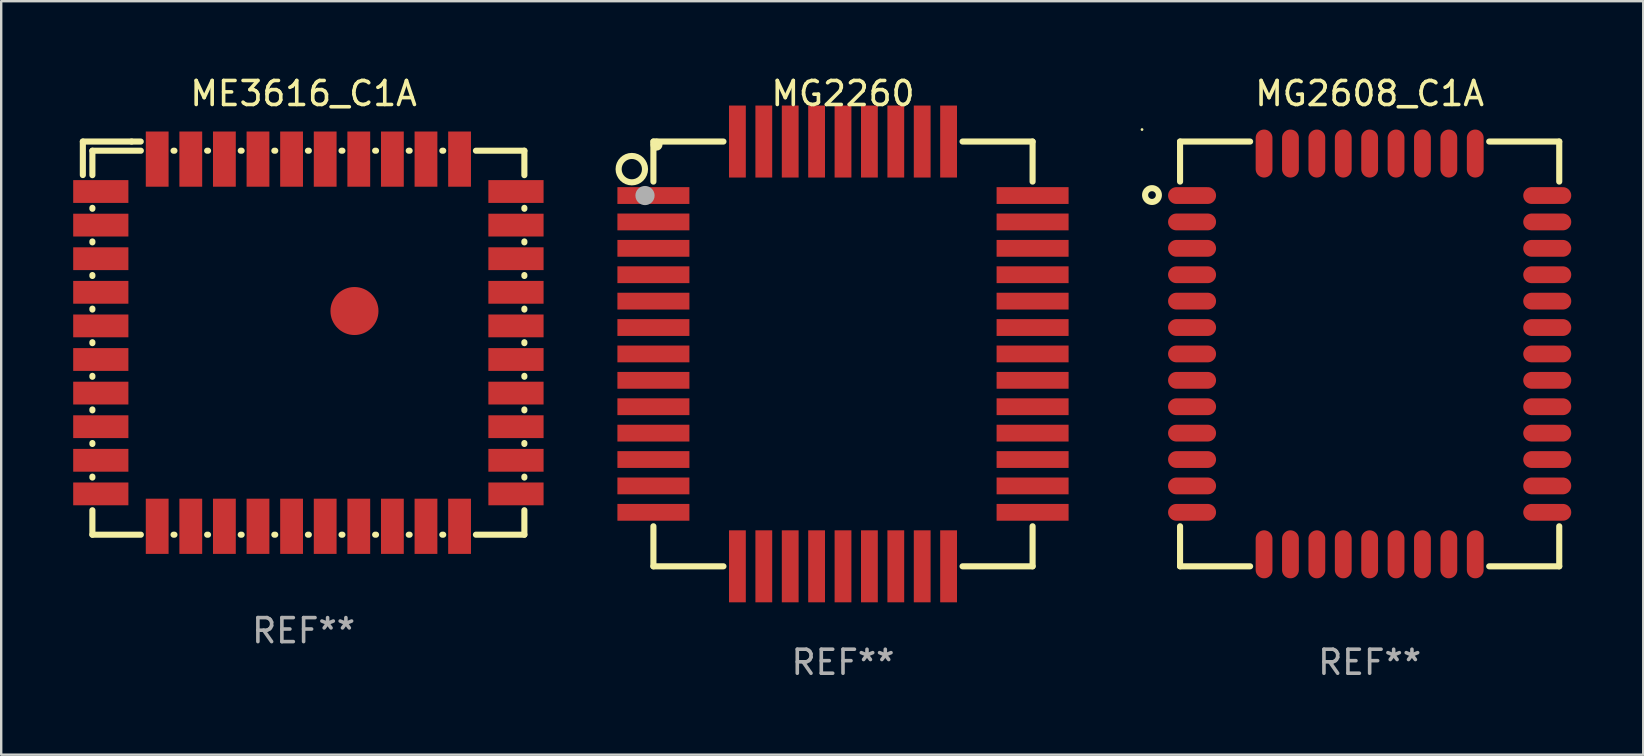
<source format=kicad_pcb>
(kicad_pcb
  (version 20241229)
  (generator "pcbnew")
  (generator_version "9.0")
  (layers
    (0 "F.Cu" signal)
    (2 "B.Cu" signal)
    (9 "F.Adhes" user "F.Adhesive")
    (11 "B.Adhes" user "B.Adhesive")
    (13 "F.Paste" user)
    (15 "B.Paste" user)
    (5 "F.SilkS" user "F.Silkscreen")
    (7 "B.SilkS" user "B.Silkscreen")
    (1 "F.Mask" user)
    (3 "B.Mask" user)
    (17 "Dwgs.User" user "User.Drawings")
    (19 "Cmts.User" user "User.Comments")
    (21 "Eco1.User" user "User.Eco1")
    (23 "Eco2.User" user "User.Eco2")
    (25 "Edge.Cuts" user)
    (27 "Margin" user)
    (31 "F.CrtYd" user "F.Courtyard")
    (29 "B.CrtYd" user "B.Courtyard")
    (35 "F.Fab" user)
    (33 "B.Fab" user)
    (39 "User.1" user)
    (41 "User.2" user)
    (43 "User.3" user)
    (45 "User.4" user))
  (footprint "MG2608_C1A"
    (layer "F.Cu")
    (at 54.022 11.698)
    (property "Reference" "MG2608_C1A" (at 0 -10.85 0) (layer "F.SilkS") (effects (font (size 1 1) (thickness 0.15))))
    (attr through_hole)
    (fp_line (start -7.9 -8.85) (end -7.9 -7.181) (stroke (width 0.254) (type solid)) (layer "F.SilkS"))
    (fp_line (start -7.9 -8.85) (end -4.981 -8.85) (stroke (width 0.254) (type solid)) (layer "F.SilkS"))
    (fp_line (start -7.9 7.181) (end -7.9 8.85) (stroke (width 0.254) (type solid)) (layer "F.SilkS"))
    (fp_line (start -7.9 8.85) (end -4.981 8.85) (stroke (width 0.254) (type solid)) (layer "F.SilkS"))
    (fp_line (start 4.981 8.85) (end 7.9 8.85) (stroke (width 0.254) (type solid)) (layer "F.SilkS"))
    (fp_line (start 4.981 -8.85) (end 7.9 -8.85) (stroke (width 0.254) (type solid)) (layer "F.SilkS"))
    (fp_line (start 7.9 -8.85) (end 7.9 -7.181) (stroke (width 0.254) (type solid)) (layer "F.SilkS"))
    (fp_line (start 7.9 7.181) (end 7.9 8.85) (stroke (width 0.254) (type solid)) (layer "F.SilkS"))
    (fp_circle (center -9.485 -9.35) (end -9.455 -9.35) (stroke (width 0.06) (type solid)) (fill no) (layer "F.SilkS"))
    (fp_circle (center -9.07 -6.62) (end -8.782 -6.62) (stroke (width 0.254) (type solid)) (fill no) (layer "F.SilkS"))
    (fp_text user "REF**" (at 0 12.85 0) (layer "F.Fab") (effects (font (size 1 1) (thickness 0.15))))
    (pad "1" smd oval (at -7.4 -6.6 90) (size 0.7 2) (layers "F.Cu" "F.Mask" "F.Paste"))
    (pad "2" smd oval (at -7.4 -5.5 90) (size 0.7 2) (layers "F.Cu" "F.Mask" "F.Paste"))
    (pad "3" smd oval (at -7.4 -4.4 90) (size 0.7 2) (layers "F.Cu" "F.Mask" "F.Paste"))
    (pad "4" smd oval (at -7.4 -3.3 90) (size 0.7 2) (layers "F.Cu" "F.Mask" "F.Paste"))
    (pad "5" smd oval (at -7.4 -2.2 90) (size 0.7 2) (layers "F.Cu" "F.Mask" "F.Paste"))
    (pad "6" smd oval (at -7.4 -1.1 90) (size 0.7 2) (layers "F.Cu" "F.Mask" "F.Paste"))
    (pad "7" smd oval (at -7.4 -0.000089 90) (size 0.7 2) (layers "F.Cu" "F.Mask" "F.Paste"))
    (pad "8" smd oval (at -7.4 1.1 90) (size 0.7 2) (layers "F.Cu" "F.Mask" "F.Paste"))
    (pad "9" smd oval (at -7.4 2.2 90) (size 0.7 2) (layers "F.Cu" "F.Mask" "F.Paste"))
    (pad "10" smd oval (at -7.4 3.3 90) (size 0.7 2) (layers "F.Cu" "F.Mask" "F.Paste"))
    (pad "11" smd oval (at -7.4 4.4 90) (size 0.7 2) (layers "F.Cu" "F.Mask" "F.Paste"))
    (pad "12" smd oval (at -7.4 5.5 90) (size 0.7 2) (layers "F.Cu" "F.Mask" "F.Paste"))
    (pad "13" smd oval (at -7.4 6.6 90) (size 0.7 2) (layers "F.Cu" "F.Mask" "F.Paste"))
    (pad "14" smd oval (at -4.4 8.35) (size 0.7 2) (layers "F.Cu" "F.Mask" "F.Paste"))
    (pad "15" smd oval (at -3.3 8.35) (size 0.7 2) (layers "F.Cu" "F.Mask" "F.Paste"))
    (pad "16" smd oval (at -2.2 8.35) (size 0.7 2) (layers "F.Cu" "F.Mask" "F.Paste"))
    (pad "17" smd oval (at -1.1 8.35) (size 0.7 2) (layers "F.Cu" "F.Mask" "F.Paste"))
    (pad "18" smd oval (at 0.000114 8.35) (size 0.7 2) (layers "F.Cu" "F.Mask" "F.Paste"))
    (pad "19" smd oval (at 1.1 8.35) (size 0.7 2) (layers "F.Cu" "F.Mask" "F.Paste"))
    (pad "20" smd oval (at 2.2 8.35) (size 0.7 2) (layers "F.Cu" "F.Mask" "F.Paste"))
    (pad "21" smd oval (at 3.3 8.35) (size 0.7 2) (layers "F.Cu" "F.Mask" "F.Paste"))
    (pad "22" smd oval (at 4.4 8.35) (size 0.7 2) (layers "F.Cu" "F.Mask" "F.Paste"))
    (pad "23" smd oval (at 7.4 6.6 90) (size 0.7 2) (layers "F.Cu" "F.Mask" "F.Paste"))
    (pad "24" smd oval (at 7.4 5.5 90) (size 0.7 2) (layers "F.Cu" "F.Mask" "F.Paste"))
    (pad "25" smd oval (at 7.4 4.4 90) (size 0.7 2) (layers "F.Cu" "F.Mask" "F.Paste"))
    (pad "26" smd oval (at 7.4 3.3 90) (size 0.7 2) (layers "F.Cu" "F.Mask" "F.Paste"))
    (pad "27" smd oval (at 7.4 2.2 90) (size 0.7 2) (layers "F.Cu" "F.Mask" "F.Paste"))
    (pad "28" smd oval (at 7.4 1.1 90) (size 0.7 2) (layers "F.Cu" "F.Mask" "F.Paste"))
    (pad "29" smd oval (at 7.4 -0.000089 90) (size 0.7 2) (layers "F.Cu" "F.Mask" "F.Paste"))
    (pad "30" smd oval (at 7.4 -1.1 90) (size 0.7 2) (layers "F.Cu" "F.Mask" "F.Paste"))
    (pad "31" smd oval (at 7.4 -2.2 90) (size 0.7 2) (layers "F.Cu" "F.Mask" "F.Paste"))
    (pad "32" smd oval (at 7.4 -3.3 90) (size 0.7 2) (layers "F.Cu" "F.Mask" "F.Paste"))
    (pad "33" smd oval (at 7.4 -4.4 90) (size 0.7 2) (layers "F.Cu" "F.Mask" "F.Paste"))
    (pad "34" smd oval (at 7.4 -5.5 90) (size 0.7 2) (layers "F.Cu" "F.Mask" "F.Paste"))
    (pad "35" smd oval (at 7.4 -6.6 90) (size 0.7 2) (layers "F.Cu" "F.Mask" "F.Paste"))
    (pad "36" smd oval (at 4.4 -8.35) (size 0.7 2) (layers "F.Cu" "F.Mask" "F.Paste"))
    (pad "37" smd oval (at 3.3 -8.35) (size 0.7 2) (layers "F.Cu" "F.Mask" "F.Paste"))
    (pad "38" smd oval (at 2.2 -8.35) (size 0.7 2) (layers "F.Cu" "F.Mask" "F.Paste"))
    (pad "39" smd oval (at 1.1 -8.35) (size 0.7 2) (layers "F.Cu" "F.Mask" "F.Paste"))
    (pad "40" smd oval (at 0.000114 -8.35) (size 0.7 2) (layers "F.Cu" "F.Mask" "F.Paste"))
    (pad "41" smd oval (at -1.1 -8.35) (size 0.7 2) (layers "F.Cu" "F.Mask" "F.Paste"))
    (pad "42" smd oval (at -2.2 -8.35) (size 0.7 2) (layers "F.Cu" "F.Mask" "F.Paste"))
    (pad "43" smd oval (at -3.3 -8.35) (size 0.7 2) (layers "F.Cu" "F.Mask" "F.Paste"))
    (pad "44" smd oval (at -4.4 -8.35) (size 0.7 2) (layers "F.Cu" "F.Mask" "F.Paste")))
  (footprint "MG2260"
    (layer "F.Cu")
    (at 32.077 11.698)
    (property "Reference" "MG2260" (at 0 -10.85 0) (layer "F.SilkS") (effects (font (size 1 1) (thickness 0.15))))
    (attr through_hole)
    (fp_line (start -7.9 -8.85) (end -7.9 -7.181) (stroke (width 0.254) (type solid)) (layer "F.SilkS"))
    (fp_line (start -7.9 -8.85) (end -4.981 -8.85) (stroke (width 0.254) (type solid)) (layer "F.SilkS"))
    (fp_line (start -7.9 7.181) (end -7.9 8.85) (stroke (width 0.254) (type solid)) (layer "F.SilkS"))
    (fp_line (start -7.9 8.85) (end -4.981 8.85) (stroke (width 0.254) (type solid)) (layer "F.SilkS"))
    (fp_line (start 4.981 -8.85) (end 7.9 -8.85) (stroke (width 0.254) (type solid)) (layer "F.SilkS"))
    (fp_line (start 4.981 8.85) (end 7.9 8.85) (stroke (width 0.254) (type solid)) (layer "F.SilkS"))
    (fp_line (start 7.9 -8.85) (end 7.9 -7.181) (stroke (width 0.254) (type solid)) (layer "F.SilkS"))
    (fp_line (start 7.9 7.181) (end 7.9 8.85) (stroke (width 0.254) (type solid)) (layer "F.SilkS"))
    (fp_circle (center -8.8 -7.7) (end -8.25 -7.7) (stroke (width 0.254) (type solid)) (fill no) (layer "F.SilkS"))
    (fp_circle (center -7.773 -8.723) (end -7.646 -8.723) (stroke (width 0.254) (type solid)) (fill no) (layer "F.SilkS"))
    (fp_circle (center -8.25 -6.6) (end -8.05 -6.6) (stroke (width 0.4) (type solid)) (fill no) (layer "F.Fab"))
    (fp_text user "REF**" (at 0 12.85 0) (layer "F.Fab") (effects (font (size 1 1) (thickness 0.15))))
    (pad "1" smd rect (at -7.9 -6.6 90) (size 0.7 3) (layers "F.Cu" "F.Mask" "F.Paste"))
    (pad "2" smd rect (at -7.9 -5.5 90) (size 0.7 3) (layers "F.Cu" "F.Mask" "F.Paste"))
    (pad "3" smd rect (at -7.9 -4.4 90) (size 0.7 3) (layers "F.Cu" "F.Mask" "F.Paste"))
    (pad "4" smd rect (at -7.9 -3.3 90) (size 0.7 3) (layers "F.Cu" "F.Mask" "F.Paste"))
    (pad "5" smd rect (at -7.9 -2.2 90) (size 0.7 3) (layers "F.Cu" "F.Mask" "F.Paste"))
    (pad "6" smd rect (at -7.9 -1.1 90) (size 0.7 3) (layers "F.Cu" "F.Mask" "F.Paste"))
    (pad "7" smd rect (at -7.9 -0.000064 90) (size 0.7 3) (layers "F.Cu" "F.Mask" "F.Paste"))
    (pad "8" smd rect (at -7.9 1.1 90) (size 0.7 3) (layers "F.Cu" "F.Mask" "F.Paste"))
    (pad "9" smd rect (at -7.9 2.2 90) (size 0.7 3) (layers "F.Cu" "F.Mask" "F.Paste"))
    (pad "10" smd rect (at -7.9 3.3 90) (size 0.7 3) (layers "F.Cu" "F.Mask" "F.Paste"))
    (pad "11" smd rect (at -7.9 4.4 90) (size 0.7 3) (layers "F.Cu" "F.Mask" "F.Paste"))
    (pad "12" smd rect (at -7.9 5.5 90) (size 0.7 3) (layers "F.Cu" "F.Mask" "F.Paste"))
    (pad "13" smd rect (at -7.9 6.6 90) (size 0.7 3) (layers "F.Cu" "F.Mask" "F.Paste"))
    (pad "14" smd rect (at -4.4 8.85 180) (size 0.7 3) (layers "F.Cu" "F.Mask" "F.Paste"))
    (pad "15" smd rect (at -3.3 8.85 180) (size 0.7 3) (layers "F.Cu" "F.Mask" "F.Paste"))
    (pad "16" smd rect (at -2.2 8.85 180) (size 0.7 3) (layers "F.Cu" "F.Mask" "F.Paste"))
    (pad "17" smd rect (at -1.1 8.85 180) (size 0.7 3) (layers "F.Cu" "F.Mask" "F.Paste"))
    (pad "18" smd rect (at 0 8.85 180) (size 0.7 3) (layers "F.Cu" "F.Mask" "F.Paste"))
    (pad "19" smd rect (at 1.1 8.85 180) (size 0.7 3) (layers "F.Cu" "F.Mask" "F.Paste"))
    (pad "20" smd rect (at 2.2 8.85 180) (size 0.7 3) (layers "F.Cu" "F.Mask" "F.Paste"))
    (pad "21" smd rect (at 3.3 8.85 180) (size 0.7 3) (layers "F.Cu" "F.Mask" "F.Paste"))
    (pad "22" smd rect (at 4.4 8.85 180) (size 0.7 3) (layers "F.Cu" "F.Mask" "F.Paste"))
    (pad "23" smd rect (at 7.9 6.6 270) (size 0.7 3) (layers "F.Cu" "F.Mask" "F.Paste"))
    (pad "24" smd rect (at 7.9 5.5 270) (size 0.7 3) (layers "F.Cu" "F.Mask" "F.Paste"))
    (pad "25" smd rect (at 7.9 4.4 270) (size 0.7 3) (layers "F.Cu" "F.Mask" "F.Paste"))
    (pad "26" smd rect (at 7.9 3.3 270) (size 0.7 3) (layers "F.Cu" "F.Mask" "F.Paste"))
    (pad "27" smd rect (at 7.9 2.2 270) (size 0.7 3) (layers "F.Cu" "F.Mask" "F.Paste"))
    (pad "28" smd rect (at 7.9 1.1 270) (size 0.7 3) (layers "F.Cu" "F.Mask" "F.Paste"))
    (pad "29" smd rect (at 7.9 -0.000064 270) (size 0.7 3) (layers "F.Cu" "F.Mask" "F.Paste"))
    (pad "30" smd rect (at 7.9 -1.1 270) (size 0.7 3) (layers "F.Cu" "F.Mask" "F.Paste"))
    (pad "31" smd rect (at 7.9 -2.2 270) (size 0.7 3) (layers "F.Cu" "F.Mask" "F.Paste"))
    (pad "32" smd rect (at 7.9 -3.3 270) (size 0.7 3) (layers "F.Cu" "F.Mask" "F.Paste"))
    (pad "33" smd rect (at 7.9 -4.4 270) (size 0.7 3) (layers "F.Cu" "F.Mask" "F.Paste"))
    (pad "34" smd rect (at 7.9 -5.5 270) (size 0.7 3) (layers "F.Cu" "F.Mask" "F.Paste"))
    (pad "35" smd rect (at 7.9 -6.6 270) (size 0.7 3) (layers "F.Cu" "F.Mask" "F.Paste"))
    (pad "36" smd rect (at 4.4 -8.85) (size 0.7 3) (layers "F.Cu" "F.Mask" "F.Paste"))
    (pad "37" smd rect (at 3.3 -8.85) (size 0.7 3) (layers "F.Cu" "F.Mask" "F.Paste"))
    (pad "38" smd rect (at 2.2 -8.85) (size 0.7 3) (layers "F.Cu" "F.Mask" "F.Paste"))
    (pad "39" smd rect (at 1.1 -8.85) (size 0.7 3) (layers "F.Cu" "F.Mask" "F.Paste"))
    (pad "40" smd rect (at 0 -8.85) (size 0.7 3) (layers "F.Cu" "F.Mask" "F.Paste"))
    (pad "41" smd rect (at -1.1 -8.85) (size 0.7 3) (layers "F.Cu" "F.Mask" "F.Paste"))
    (pad "42" smd rect (at -2.2 -8.85) (size 0.7 3) (layers "F.Cu" "F.Mask" "F.Paste"))
    (pad "43" smd rect (at -3.3 -8.85) (size 0.7 3) (layers "F.Cu" "F.Mask" "F.Paste"))
    (pad "44" smd rect (at -4.4 -8.85) (size 0.7 3) (layers "F.Cu" "F.Mask" "F.Paste")))
  (footprint "ME3616_C1A"
    (layer "F.Cu")
    (at 9.601 11.039)
    (property "Reference" "ME3616_C1A" (at 0 -10.191 0) (layer "F.SilkS") (effects (font (size 1 1) (thickness 0.15))))
    (attr through_hole)
    (fp_line (start -9.199 -8.191) (end -9.199 -6.794) (stroke (width 0.254) (type solid)) (layer "F.SilkS"))
    (fp_line (start -8.801 -7.809) (end -6.782 -7.809) (stroke (width 0.254) (type solid)) (layer "F.SilkS"))
    (fp_line (start -8.801 -6.79) (end -8.801 -7.809) (stroke (width 0.254) (type solid)) (layer "F.SilkS"))
    (fp_line (start -8.801 -5.39) (end -8.801 -5.428) (stroke (width 0.254) (type solid)) (layer "F.SilkS"))
    (fp_line (start -8.801 -3.99) (end -8.801 -4.028) (stroke (width 0.254) (type solid)) (layer "F.SilkS"))
    (fp_line (start -8.801 -2.59) (end -8.801 -2.628) (stroke (width 0.254) (type solid)) (layer "F.SilkS"))
    (fp_line (start -8.801 -1.19) (end -8.801 -1.228) (stroke (width 0.254) (type solid)) (layer "F.SilkS"))
    (fp_line (start -8.801 0.21) (end -8.801 0.172) (stroke (width 0.254) (type solid)) (layer "F.SilkS"))
    (fp_line (start -8.801 1.61) (end -8.801 1.572) (stroke (width 0.254) (type solid)) (layer "F.SilkS"))
    (fp_line (start -8.801 3.01) (end -8.801 2.972) (stroke (width 0.254) (type solid)) (layer "F.SilkS"))
    (fp_line (start -8.801 4.41) (end -8.801 4.372) (stroke (width 0.254) (type solid)) (layer "F.SilkS"))
    (fp_line (start -8.801 5.81) (end -8.801 5.772) (stroke (width 0.254) (type solid)) (layer "F.SilkS"))
    (fp_line (start -8.801 8.191) (end -8.801 7.172) (stroke (width 0.254) (type solid)) (layer "F.SilkS"))
    (fp_line (start -8.801 8.191) (end -6.782 8.191) (stroke (width 0.254) (type solid)) (layer "F.SilkS"))
    (fp_line (start -7.167 -8.191) (end -9.199 -8.191) (stroke (width 0.254) (type solid)) (layer "F.SilkS"))
    (fp_line (start -7.167 -8.191) (end -6.786 -8.191) (stroke (width 0.254) (type solid)) (layer "F.SilkS"))
    (fp_line (start -5.42 -7.809) (end -5.382 -7.809) (stroke (width 0.254) (type solid)) (layer "F.SilkS"))
    (fp_line (start -5.42 8.191) (end -5.382 8.191) (stroke (width 0.254) (type solid)) (layer "F.SilkS"))
    (fp_line (start -4.02 -7.809) (end -3.982 -7.809) (stroke (width 0.254) (type solid)) (layer "F.SilkS"))
    (fp_line (start -4.02 8.191) (end -3.982 8.191) (stroke (width 0.254) (type solid)) (layer "F.SilkS"))
    (fp_line (start -2.62 -7.809) (end -2.582 -7.809) (stroke (width 0.254) (type solid)) (layer "F.SilkS"))
    (fp_line (start -2.62 8.191) (end -2.582 8.191) (stroke (width 0.254) (type solid)) (layer "F.SilkS"))
    (fp_line (start -1.22 -7.809) (end -1.182 -7.809) (stroke (width 0.254) (type solid)) (layer "F.SilkS"))
    (fp_line (start -1.22 8.191) (end -1.182 8.191) (stroke (width 0.254) (type solid)) (layer "F.SilkS"))
    (fp_line (start 0.18 -7.809) (end 0.218 -7.809) (stroke (width 0.254) (type solid)) (layer "F.SilkS"))
    (fp_line (start 0.18 8.191) (end 0.218 8.191) (stroke (width 0.254) (type solid)) (layer "F.SilkS"))
    (fp_line (start 1.58 -7.809) (end 1.618 -7.809) (stroke (width 0.254) (type solid)) (layer "F.SilkS"))
    (fp_line (start 1.58 8.191) (end 1.618 8.191) (stroke (width 0.254) (type solid)) (layer "F.SilkS"))
    (fp_line (start 2.98 -7.809) (end 3.018 -7.809) (stroke (width 0.254) (type solid)) (layer "F.SilkS"))
    (fp_line (start 2.98 8.191) (end 3.018 8.191) (stroke (width 0.254) (type solid)) (layer "F.SilkS"))
    (fp_line (start 4.38 -7.809) (end 4.418 -7.809) (stroke (width 0.254) (type solid)) (layer "F.SilkS"))
    (fp_line (start 4.38 8.191) (end 4.418 8.191) (stroke (width 0.254) (type solid)) (layer "F.SilkS"))
    (fp_line (start 5.78 -7.809) (end 5.818 -7.809) (stroke (width 0.254) (type solid)) (layer "F.SilkS"))
    (fp_line (start 5.78 8.191) (end 5.818 8.191) (stroke (width 0.254) (type solid)) (layer "F.SilkS"))
    (fp_line (start 7.18 -7.809) (end 9.199 -7.809) (stroke (width 0.254) (type solid)) (layer "F.SilkS"))
    (fp_line (start 7.18 8.191) (end 9.199 8.191) (stroke (width 0.254) (type solid)) (layer "F.SilkS"))
    (fp_line (start 9.199 -7.809) (end 9.199 -6.79) (stroke (width 0.254) (type solid)) (layer "F.SilkS"))
    (fp_line (start 9.199 -5.428) (end 9.199 -5.39) (stroke (width 0.254) (type solid)) (layer "F.SilkS"))
    (fp_line (start 9.199 -4.028) (end 9.199 -3.99) (stroke (width 0.254) (type solid)) (layer "F.SilkS"))
    (fp_line (start 9.199 -2.628) (end 9.199 -2.59) (stroke (width 0.254) (type solid)) (layer "F.SilkS"))
    (fp_line (start 9.199 -1.228) (end 9.199 -1.19) (stroke (width 0.254) (type solid)) (layer "F.SilkS"))
    (fp_line (start 9.199 0.172) (end 9.199 0.21) (stroke (width 0.254) (type solid)) (layer "F.SilkS"))
    (fp_line (start 9.199 1.572) (end 9.199 1.61) (stroke (width 0.254) (type solid)) (layer "F.SilkS"))
    (fp_line (start 9.199 2.972) (end 9.199 3.01) (stroke (width 0.254) (type solid)) (layer "F.SilkS"))
    (fp_line (start 9.199 4.372) (end 9.199 4.41) (stroke (width 0.254) (type solid)) (layer "F.SilkS"))
    (fp_line (start 9.199 5.772) (end 9.199 5.81) (stroke (width 0.254) (type solid)) (layer "F.SilkS"))
    (fp_line (start 9.199 7.172) (end 9.199 8.191) (stroke (width 0.254) (type solid)) (layer "F.SilkS"))
    (fp_circle (center -8.801 -7.809) (end -8.771 -7.809) (stroke (width 0.06) (type solid)) (fill no) (layer "F.SilkS"))
    (fp_text user "REF**" (at 0 12.191 0) (layer "F.Fab") (effects (font (size 1 1) (thickness 0.15))))
    (pad "1" smd rect (at -8.451 -6.109 90) (size 0.95 2.3) (layers "F.Cu" "F.Mask" "F.Paste"))
    (pad "2" smd rect (at -8.451 -4.709 90) (size 0.95 2.3) (layers "F.Cu" "F.Mask" "F.Paste"))
    (pad "3" smd rect (at -8.451 -3.309 90) (size 0.95 2.3) (layers "F.Cu" "F.Mask" "F.Paste"))
    (pad "4" smd rect (at -8.451 -1.909 90) (size 0.95 2.3) (layers "F.Cu" "F.Mask" "F.Paste"))
    (pad "5" smd rect (at -8.451 -0.509 90) (size 0.95 2.3) (layers "F.Cu" "F.Mask" "F.Paste"))
    (pad "6" smd rect (at -8.451 0.891 90) (size 0.95 2.3) (layers "F.Cu" "F.Mask" "F.Paste"))
    (pad "7" smd rect (at -8.451 2.291 90) (size 0.95 2.3) (layers "F.Cu" "F.Mask" "F.Paste"))
    (pad "8" smd rect (at -8.451 3.691 90) (size 0.95 2.3) (layers "F.Cu" "F.Mask" "F.Paste"))
    (pad "9" smd rect (at -8.451 5.091 90) (size 0.95 2.3) (layers "F.Cu" "F.Mask" "F.Paste"))
    (pad "10" smd rect (at -8.451 6.491 90) (size 0.95 2.3) (layers "F.Cu" "F.Mask" "F.Paste"))
    (pad "11" smd rect (at -6.101 7.841 180) (size 0.95 2.3) (layers "F.Cu" "F.Mask" "F.Paste"))
    (pad "12" smd rect (at -4.701 7.841 180) (size 0.95 2.3) (layers "F.Cu" "F.Mask" "F.Paste"))
    (pad "13" smd rect (at -3.301 7.841 180) (size 0.95 2.3) (layers "F.Cu" "F.Mask" "F.Paste"))
    (pad "14" smd rect (at -1.901 7.841 180) (size 0.95 2.3) (layers "F.Cu" "F.Mask" "F.Paste"))
    (pad "15" smd rect (at -0.501 7.841 180) (size 0.95 2.3) (layers "F.Cu" "F.Mask" "F.Paste"))
    (pad "16" smd rect (at 0.899 7.841 180) (size 0.95 2.3) (layers "F.Cu" "F.Mask" "F.Paste"))
    (pad "17" smd rect (at 2.299 7.841 180) (size 0.95 2.3) (layers "F.Cu" "F.Mask" "F.Paste"))
    (pad "18" smd rect (at 3.699 7.841 180) (size 0.95 2.3) (layers "F.Cu" "F.Mask" "F.Paste"))
    (pad "19" smd rect (at 5.099 7.841 180) (size 0.95 2.3) (layers "F.Cu" "F.Mask" "F.Paste"))
    (pad "20" smd rect (at 6.499 7.841 180) (size 0.95 2.3) (layers "F.Cu" "F.Mask" "F.Paste"))
    (pad "21" smd rect (at 8.849 6.491 270) (size 0.95 2.3) (layers "F.Cu" "F.Mask" "F.Paste"))
    (pad "22" smd rect (at 8.849 5.091 270) (size 0.95 2.3) (layers "F.Cu" "F.Mask" "F.Paste"))
    (pad "23" smd rect (at 8.849 3.691 270) (size 0.95 2.3) (layers "F.Cu" "F.Mask" "F.Paste"))
    (pad "24" smd rect (at 8.849 2.291 270) (size 0.95 2.3) (layers "F.Cu" "F.Mask" "F.Paste"))
    (pad "25" smd rect (at 8.849 0.891 270) (size 0.95 2.3) (layers "F.Cu" "F.Mask" "F.Paste"))
    (pad "26" smd rect (at 8.849 -0.509 270) (size 0.95 2.3) (layers "F.Cu" "F.Mask" "F.Paste"))
    (pad "27" smd rect (at 8.849 -1.909 270) (size 0.95 2.3) (layers "F.Cu" "F.Mask" "F.Paste"))
    (pad "28" smd rect (at 8.849 -3.309 270) (size 0.95 2.3) (layers "F.Cu" "F.Mask" "F.Paste"))
    (pad "29" smd rect (at 8.849 -4.709 270) (size 0.95 2.3) (layers "F.Cu" "F.Mask" "F.Paste"))
    (pad "30" smd rect (at 8.849 -6.109 270) (size 0.95 2.3) (layers "F.Cu" "F.Mask" "F.Paste"))
    (pad "31" smd rect (at 6.499 -7.459) (size 0.95 2.3) (layers "F.Cu" "F.Mask" "F.Paste"))
    (pad "32" smd rect (at 5.099 -7.459) (size 0.95 2.3) (layers "F.Cu" "F.Mask" "F.Paste"))
    (pad "33" smd rect (at 3.699 -7.459) (size 0.95 2.3) (layers "F.Cu" "F.Mask" "F.Paste"))
    (pad "34" smd rect (at 2.299 -7.459) (size 0.95 2.3) (layers "F.Cu" "F.Mask" "F.Paste"))
    (pad "35" smd rect (at 0.899 -7.459) (size 0.95 2.3) (layers "F.Cu" "F.Mask" "F.Paste"))
    (pad "36" smd rect (at -0.501 -7.459) (size 0.95 2.3) (layers "F.Cu" "F.Mask" "F.Paste"))
    (pad "37" smd rect (at -1.901 -7.459) (size 0.95 2.3) (layers "F.Cu" "F.Mask" "F.Paste"))
    (pad "38" smd rect (at -3.301 -7.459) (size 0.95 2.3) (layers "F.Cu" "F.Mask" "F.Paste"))
    (pad "39" smd rect (at -4.701 -7.459) (size 0.95 2.3) (layers "F.Cu" "F.Mask" "F.Paste"))
    (pad "40" smd rect (at -6.101 -7.459) (size 0.95 2.3) (layers "F.Cu" "F.Mask" "F.Paste"))
    (pad "41" smd circle (at 2.119 -1.129) (size 2 2) (layers "F.Cu" "F.Mask" "F.Paste")))
  (gr_rect
    (start -3 -3)
    (end 65.422 28.397)
    (stroke (width 0.1) (type default))
    (fill no)
    (layer "Edge.Cuts")))
</source>
